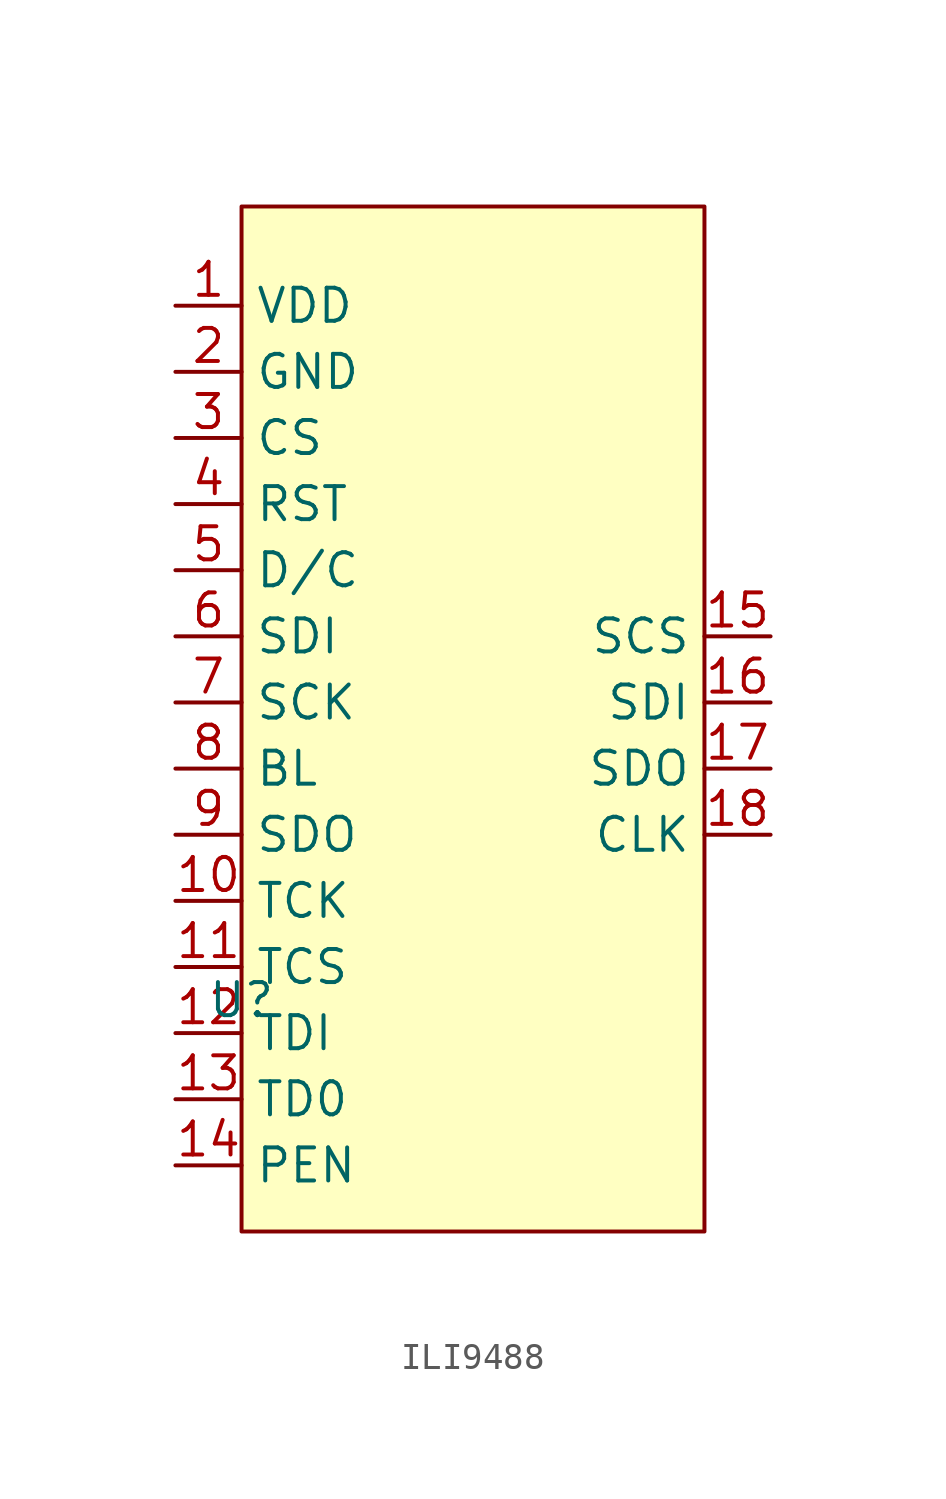
<source format=kicad_sym>
(kicad_symbol_lib
  (version 20220914)
  (generator kicad_symbol_editor)
  (symbol "ILI9488"
    (property "Reference" "U"
      (at -8.89 -10.16 0)
      (effects (font (size 1.27 1.27))))
    (property "Value" ""
      (at -8.89 -10.16 0)
      (effects (font (size 1.27 1.27))))
    (symbol "ILI9488_1_1"
      (rectangle (start -8.89 20.32) (end 8.89 -19.05) (stroke (width 0) (type default)) (fill (type background)))
      (pin input line (at -11.43 16.51 0) (length 2.54) (name "VDD" (effects (font (size 1.27 1.27)))) (number "1" (effects (font (size 1.27 1.27)))))
      (pin input line (at -11.43 -6.35 0) (length 2.54) (name "TCK" (effects (font (size 1.27 1.27)))) (number "10" (effects (font (size 1.27 1.27)))))
      (pin input line (at -11.43 -8.89 0) (length 2.54) (name "TCS" (effects (font (size 1.27 1.27)))) (number "11" (effects (font (size 1.27 1.27)))))
      (pin input line (at -11.43 -11.43 0) (length 2.54) (name "TDI" (effects (font (size 1.27 1.27)))) (number "12" (effects (font (size 1.27 1.27)))))
      (pin input line (at -11.43 -13.97 0) (length 2.54) (name "TD0" (effects (font (size 1.27 1.27)))) (number "13" (effects (font (size 1.27 1.27)))))
      (pin input line (at -11.43 -16.51 0) (length 2.54) (name "PEN" (effects (font (size 1.27 1.27)))) (number "14" (effects (font (size 1.27 1.27)))))
      (pin input line (at 11.43 3.81 180) (length 2.54) (name "SCS" (effects (font (size 1.27 1.27)))) (number "15" (effects (font (size 1.27 1.27)))))
      (pin input line (at 11.43 1.27 180) (length 2.54) (name "SDI" (effects (font (size 1.27 1.27)))) (number "16" (effects (font (size 1.27 1.27)))))
      (pin input line (at 11.43 -1.27 180) (length 2.54) (name "SDO" (effects (font (size 1.27 1.27)))) (number "17" (effects (font (size 1.27 1.27)))))
      (pin input line (at 11.43 -3.81 180) (length 2.54) (name "CLK" (effects (font (size 1.27 1.27)))) (number "18" (effects (font (size 1.27 1.27)))))
      (pin input line (at -11.43 13.97 0) (length 2.54) (name "GND" (effects (font (size 1.27 1.27)))) (number "2" (effects (font (size 1.27 1.27)))))
      (pin input line (at -11.43 11.43 0) (length 2.54) (name "CS" (effects (font (size 1.27 1.27)))) (number "3" (effects (font (size 1.27 1.27)))))
      (pin input line (at -11.43 8.89 0) (length 2.54) (name "RST" (effects (font (size 1.27 1.27)))) (number "4" (effects (font (size 1.27 1.27)))))
      (pin input line (at -11.43 6.35 0) (length 2.54) (name "D/C" (effects (font (size 1.27 1.27)))) (number "5" (effects (font (size 1.27 1.27)))))
      (pin input line (at -11.43 3.81 0) (length 2.54) (name "SDI" (effects (font (size 1.27 1.27)))) (number "6" (effects (font (size 1.27 1.27)))))
      (pin input line (at -11.43 1.27 0) (length 2.54) (name "SCK" (effects (font (size 1.27 1.27)))) (number "7" (effects (font (size 1.27 1.27)))))
      (pin input line (at -11.43 -1.27 0) (length 2.54) (name "BL" (effects (font (size 1.27 1.27)))) (number "8" (effects (font (size 1.27 1.27)))))
      (pin input line (at -11.43 -3.81 0) (length 2.54) (name "SDO" (effects (font (size 1.27 1.27)))) (number "9" (effects (font (size 1.27 1.27))))))))
</source>
